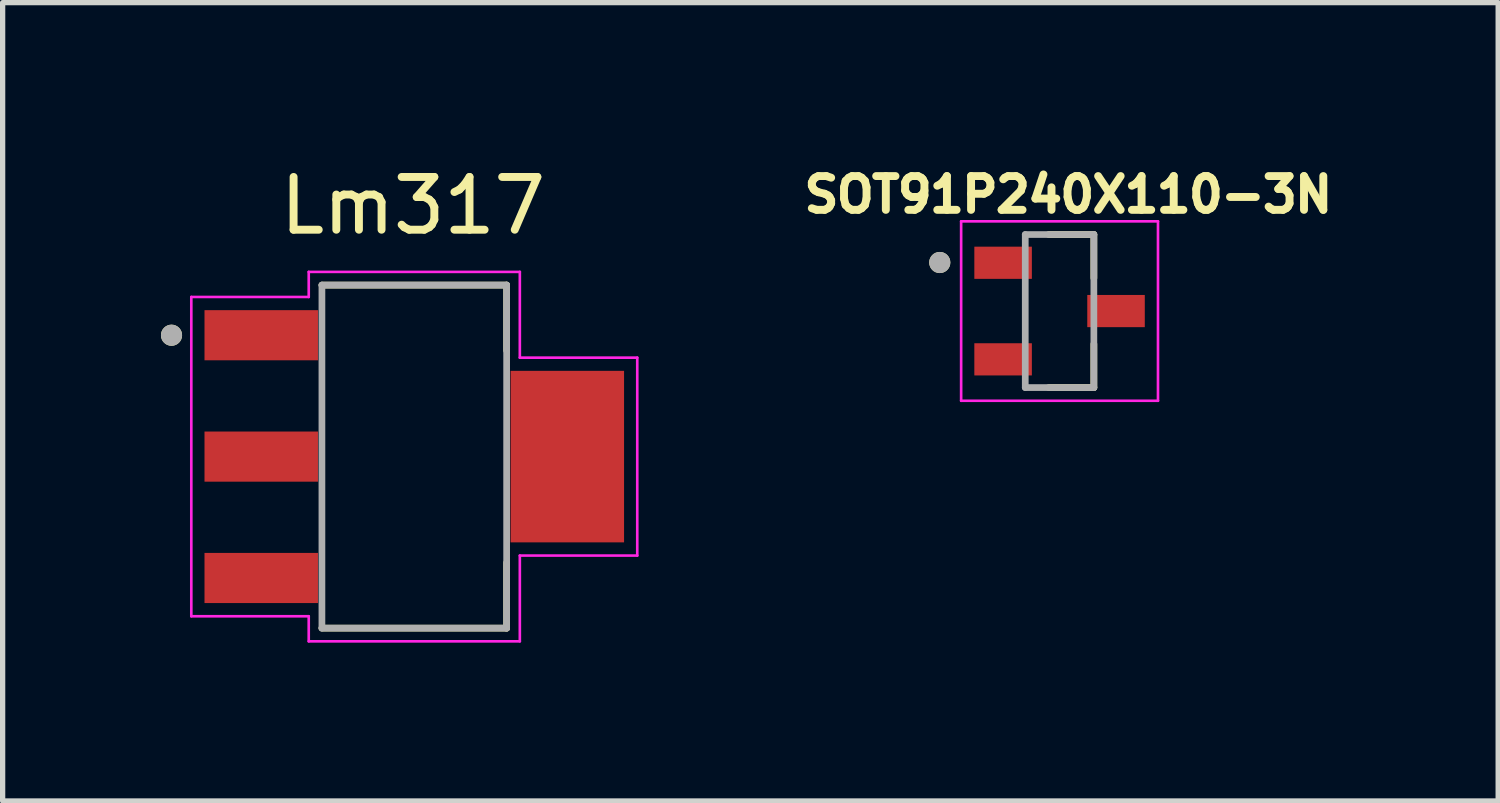
<source format=kicad_pcb>
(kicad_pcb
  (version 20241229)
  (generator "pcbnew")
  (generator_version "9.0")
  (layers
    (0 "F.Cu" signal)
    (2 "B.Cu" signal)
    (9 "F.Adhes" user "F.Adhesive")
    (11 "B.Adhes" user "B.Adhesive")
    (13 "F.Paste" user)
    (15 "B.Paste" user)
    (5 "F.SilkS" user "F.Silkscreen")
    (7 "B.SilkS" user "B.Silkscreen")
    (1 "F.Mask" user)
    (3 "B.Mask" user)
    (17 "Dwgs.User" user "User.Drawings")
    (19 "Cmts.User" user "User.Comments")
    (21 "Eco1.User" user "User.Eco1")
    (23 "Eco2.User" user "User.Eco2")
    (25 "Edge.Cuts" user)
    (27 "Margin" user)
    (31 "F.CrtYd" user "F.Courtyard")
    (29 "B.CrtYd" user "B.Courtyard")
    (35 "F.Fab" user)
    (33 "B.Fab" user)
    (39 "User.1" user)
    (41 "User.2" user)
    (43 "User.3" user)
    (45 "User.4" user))
  (footprint "Lm317"
    (layer "F.Cu")
    (at 4.8 5.602)
    (property "Reference" "Lm317" (at -0.025 -4.754 0) (layer "F.SilkS") (effects (font (size 1 1) (thickness 0.15))))
    (attr through_hole)
    (fp_line (start -1.75 -3.25) (end 1.75 -3.25) (stroke (width 0.127) (type solid)) (layer "F.SilkS"))
    (fp_line (start -1.75 3.25) (end 1.75 3.25) (stroke (width 0.127) (type solid)) (layer "F.SilkS"))
    (fp_line (start 1.75 -3.25) (end 1.75 -2.01) (stroke (width 0.127) (type solid)) (layer "F.SilkS"))
    (fp_line (start 1.75 3.25) (end 1.75 2.01) (stroke (width 0.127) (type solid)) (layer "F.SilkS"))
    (fp_circle (center -4.6 -2.3) (end -4.5 -2.3) (stroke (width 0.2) (type solid)) (fill no) (layer "F.SilkS"))
    (fp_line (start -4.225 -3.025) (end -4.225 3.025) (stroke (width 0.05) (type solid)) (layer "F.CrtYd"))
    (fp_line (start -4.225 3.025) (end -2 3.025) (stroke (width 0.05) (type solid)) (layer "F.CrtYd"))
    (fp_line (start -2 -3.5) (end -2 -3.025) (stroke (width 0.05) (type solid)) (layer "F.CrtYd"))
    (fp_line (start -2 -3.025) (end -4.225 -3.025) (stroke (width 0.05) (type solid)) (layer "F.CrtYd"))
    (fp_line (start -2 3.025) (end -2 3.5) (stroke (width 0.05) (type solid)) (layer "F.CrtYd"))
    (fp_line (start -2 3.5) (end 2 3.5) (stroke (width 0.05) (type solid)) (layer "F.CrtYd"))
    (fp_line (start 2 -3.5) (end -2 -3.5) (stroke (width 0.05) (type solid)) (layer "F.CrtYd"))
    (fp_line (start 2 -1.875) (end 2 -3.5) (stroke (width 0.05) (type solid)) (layer "F.CrtYd"))
    (fp_line (start 2 1.875) (end 4.225 1.875) (stroke (width 0.05) (type solid)) (layer "F.CrtYd"))
    (fp_line (start 2 3.5) (end 2 1.875) (stroke (width 0.05) (type solid)) (layer "F.CrtYd"))
    (fp_line (start 4.225 -1.875) (end 2 -1.875) (stroke (width 0.05) (type solid)) (layer "F.CrtYd"))
    (fp_line (start 4.225 1.875) (end 4.225 -1.875) (stroke (width 0.05) (type solid)) (layer "F.CrtYd"))
    (fp_line (start -1.75 -3.25) (end -1.75 3.25) (stroke (width 0.127) (type solid)) (layer "F.Fab"))
    (fp_line (start 1.75 -3.25) (end -1.75 -3.25) (stroke (width 0.127) (type solid)) (layer "F.Fab"))
    (fp_line (start 1.75 -3.25) (end 1.75 3.25) (stroke (width 0.127) (type solid)) (layer "F.Fab"))
    (fp_line (start 1.75 3.25) (end -1.75 3.25) (stroke (width 0.127) (type solid)) (layer "F.Fab"))
    (fp_circle (center -4.6 -2.3) (end -4.5 -2.3) (stroke (width 0.2) (type solid)) (fill no) (layer "F.Fab"))
    (pad "1" smd rect (at -2.9 -2.3 270) (size 0.95 2.15) (layers "F.Cu" "F.Mask" "F.Paste"))
    (pad "2" smd rect (at -2.9 0 270) (size 0.95 2.15) (layers "F.Cu" "F.Mask" "F.Paste"))
    (pad "3" smd rect (at -2.9 2.3 270) (size 0.95 2.15) (layers "F.Cu" "F.Mask" "F.Paste"))
    (pad "4" smd rect (at 2.9 0 270) (size 3.25 2.15) (layers "F.Cu" "F.Mask" "F.Paste")))
  (footprint "SOT91P240X110-3N"
    (layer "F.Cu")
    (at 17.027 2.844)
    (property "Reference" "SOT91P240X110-3N" (at 0.167 -2.206 0) (layer "F.SilkS") (effects (font (size 0.64 0.64) (thickness 0.15))))
    (attr through_hole)
    (fp_line (start -0.205 1.45) (end 0.65 1.45) (stroke (width 0.127) (type solid)) (layer "F.SilkS"))
    (fp_line (start 0.65 -1.45) (end -0.205 -1.45) (stroke (width 0.127) (type solid)) (layer "F.SilkS"))
    (fp_line (start 0.65 -0.625) (end 0.65 -1.45) (stroke (width 0.127) (type solid)) (layer "F.SilkS"))
    (fp_line (start 0.65 1.45) (end 0.65 0.625) (stroke (width 0.127) (type solid)) (layer "F.SilkS"))
    (fp_circle (center -2.27 -0.92) (end -2.17 -0.92) (stroke (width 0.2) (type solid)) (fill no) (layer "F.SilkS"))
    (fp_line (start -1.865 -1.7) (end -1.865 1.7) (stroke (width 0.05) (type solid)) (layer "F.CrtYd"))
    (fp_line (start -1.865 1.7) (end 1.865 1.7) (stroke (width 0.05) (type solid)) (layer "F.CrtYd"))
    (fp_line (start 1.865 -1.7) (end -1.865 -1.7) (stroke (width 0.05) (type solid)) (layer "F.CrtYd"))
    (fp_line (start 1.865 1.7) (end 1.865 -1.7) (stroke (width 0.05) (type solid)) (layer "F.CrtYd"))
    (fp_line (start -0.65 -1.45) (end -0.65 1.45) (stroke (width 0.127) (type solid)) (layer "F.Fab"))
    (fp_line (start -0.65 1.45) (end 0.65 1.45) (stroke (width 0.127) (type solid)) (layer "F.Fab"))
    (fp_line (start 0.65 -1.45) (end -0.65 -1.45) (stroke (width 0.127) (type solid)) (layer "F.Fab"))
    (fp_line (start 0.65 1.45) (end 0.65 -1.45) (stroke (width 0.127) (type solid)) (layer "F.Fab"))
    (fp_circle (center -2.27 -0.92) (end -2.17 -0.92) (stroke (width 0.2) (type solid)) (fill no) (layer "F.Fab"))
    (pad "1" smd rect (at -1.07 -0.915) (size 1.09 0.61) (layers "F.Cu" "F.Mask" "F.Paste"))
    (pad "2" smd rect (at 1.07 0) (size 1.09 0.61) (layers "F.Cu" "F.Mask" "F.Paste"))
    (pad "3" smd rect (at -1.07 0.915) (size 1.09 0.61) (layers "F.Cu" "F.Mask" "F.Paste")))
  (gr_rect
    (start -3 -3)
    (end 25.338 12.127)
    (stroke (width 0.1) (type default))
    (fill no)
    (layer "Edge.Cuts")))
</source>
